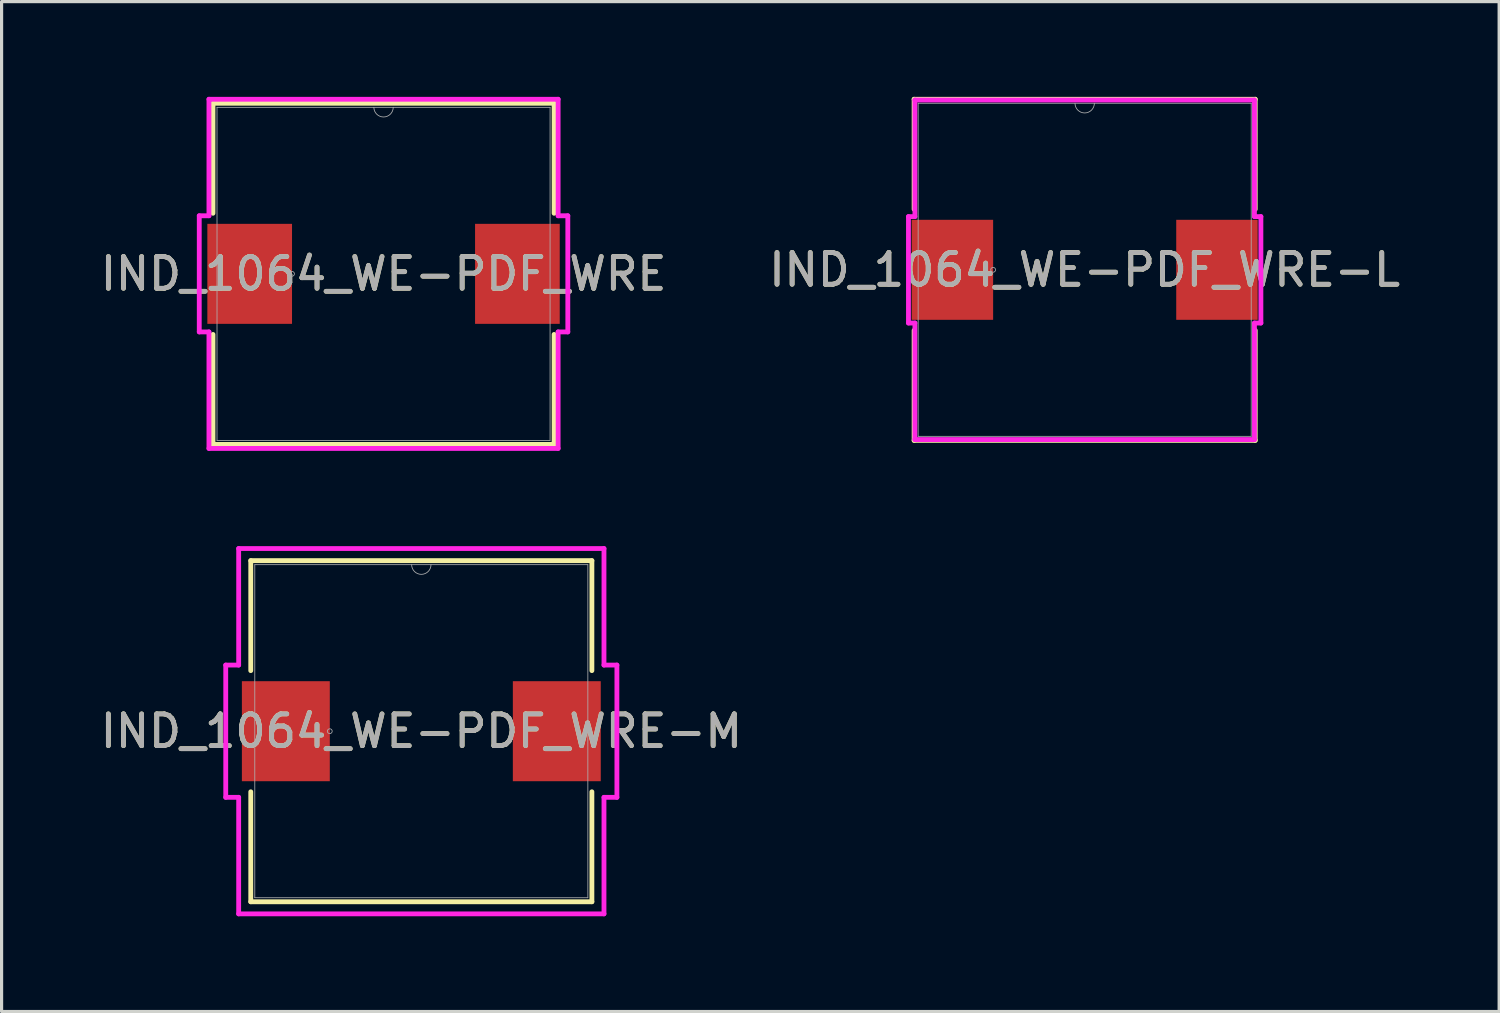
<source format=kicad_pcb>
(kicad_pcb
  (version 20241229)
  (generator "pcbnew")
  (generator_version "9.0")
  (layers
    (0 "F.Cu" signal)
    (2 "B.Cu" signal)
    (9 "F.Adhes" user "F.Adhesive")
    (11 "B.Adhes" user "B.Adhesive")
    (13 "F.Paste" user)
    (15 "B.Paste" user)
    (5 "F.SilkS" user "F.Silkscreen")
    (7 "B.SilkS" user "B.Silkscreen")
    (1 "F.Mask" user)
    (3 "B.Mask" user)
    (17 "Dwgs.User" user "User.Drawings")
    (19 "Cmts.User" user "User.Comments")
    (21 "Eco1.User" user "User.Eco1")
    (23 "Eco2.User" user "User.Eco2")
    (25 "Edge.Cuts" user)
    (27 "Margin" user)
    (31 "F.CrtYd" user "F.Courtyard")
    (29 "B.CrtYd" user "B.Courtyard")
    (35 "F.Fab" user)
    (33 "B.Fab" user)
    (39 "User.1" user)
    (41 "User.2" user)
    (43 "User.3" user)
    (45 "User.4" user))
  (footprint "IND_1064_WE-PDF_WRE"
    (layer "F.Cu")
    (at 9.03 5.575)
    (property "Reference" "IND_1064_WE-PDF_WRE" (at 0 0 0) (unlocked yes) (layer "F.SilkS") (effects (font (size 1 1) (thickness 0.15))))
    (attr smd)
    (fp_line (start -5.372 -5.372) (end -5.372 -1.908) (stroke (width 0.152) (type solid)) (layer "F.SilkS"))
    (fp_line (start -5.372 1.908) (end -5.372 5.372) (stroke (width 0.152) (type solid)) (layer "F.SilkS"))
    (fp_line (start -5.372 5.372) (end 5.372 5.372) (stroke (width 0.152) (type solid)) (layer "F.SilkS"))
    (fp_line (start 5.372 -5.372) (end -5.372 -5.372) (stroke (width 0.152) (type solid)) (layer "F.SilkS"))
    (fp_line (start 5.372 -1.908) (end 5.372 -5.372) (stroke (width 0.152) (type solid)) (layer "F.SilkS"))
    (fp_line (start 5.372 5.372) (end 5.372 1.908) (stroke (width 0.152) (type solid)) (layer "F.SilkS"))
    (fp_line (start -5.804 -1.829) (end -5.499 -1.829) (stroke (width 0.152) (type solid)) (layer "F.CrtYd"))
    (fp_line (start -5.804 1.829) (end -5.804 -1.829) (stroke (width 0.152) (type solid)) (layer "F.CrtYd"))
    (fp_line (start -5.804 1.829) (end -5.499 1.829) (stroke (width 0.152) (type solid)) (layer "F.CrtYd"))
    (fp_line (start -5.499 -5.499) (end 5.499 -5.499) (stroke (width 0.152) (type solid)) (layer "F.CrtYd"))
    (fp_line (start -5.499 -1.829) (end -5.499 -5.499) (stroke (width 0.152) (type solid)) (layer "F.CrtYd"))
    (fp_line (start -5.499 5.499) (end -5.499 1.829) (stroke (width 0.152) (type solid)) (layer "F.CrtYd"))
    (fp_line (start 5.499 -5.499) (end 5.499 -1.829) (stroke (width 0.152) (type solid)) (layer "F.CrtYd"))
    (fp_line (start 5.499 1.829) (end 5.499 5.499) (stroke (width 0.152) (type solid)) (layer "F.CrtYd"))
    (fp_line (start 5.499 5.499) (end -5.499 5.499) (stroke (width 0.152) (type solid)) (layer "F.CrtYd"))
    (fp_line (start 5.804 -1.829) (end 5.499 -1.829) (stroke (width 0.152) (type solid)) (layer "F.CrtYd"))
    (fp_line (start 5.804 -1.829) (end 5.804 1.829) (stroke (width 0.152) (type solid)) (layer "F.CrtYd"))
    (fp_line (start 5.804 1.829) (end 5.499 1.829) (stroke (width 0.152) (type solid)) (layer "F.CrtYd"))
    (fp_line (start -5.245 -5.245) (end -5.245 5.245) (stroke (width 0.025) (type solid)) (layer "F.Fab"))
    (fp_line (start -5.245 5.245) (end 5.245 5.245) (stroke (width 0.025) (type solid)) (layer "F.Fab"))
    (fp_line (start 5.245 -5.245) (end -5.245 -5.245) (stroke (width 0.025) (type solid)) (layer "F.Fab"))
    (fp_line (start 5.245 5.245) (end 5.245 -5.245) (stroke (width 0.025) (type solid)) (layer "F.Fab"))
    (fp_arc (start 0.3048 -5.2451) (mid 0 -4.9403) (end -0.3048 -5.2451) (stroke (width 0.0254) (type solid)) (layer "F.Fab"))
    (fp_circle (center -2.883 0) (end -2.807 0) (stroke (width 0.025) (type solid)) (fill no) (layer "F.Fab"))
    (fp_text user "${REFERENCE}" (at 0 0 0) (unlocked yes) (layer "F.Fab") (effects (font (size 1 1) (thickness 0.15))))
    (pad "1" smd rect (at -4.216 0) (size 2.667 3.15) (layers "F.Cu" "F.Mask" "F.Paste"))
    (pad "2" smd rect (at 4.216 0) (size 2.667 3.15) (layers "F.Cu" "F.Mask" "F.Paste")))
  (footprint "IND_1064_WE-PDF_WRE-L"
    (layer "F.Cu")
    (at 31.113 5.448)
    (property "Reference" "IND_1064_WE-PDF_WRE-L" (at 0 0 0) (unlocked yes) (layer "F.SilkS") (effects (font (size 1 1) (thickness 0.15))))
    (attr smd)
    (fp_line (start -5.372 -5.372) (end -5.372 -1.908) (stroke (width 0.152) (type solid)) (layer "F.SilkS"))
    (fp_line (start -5.372 1.908) (end -5.372 5.372) (stroke (width 0.152) (type solid)) (layer "F.SilkS"))
    (fp_line (start -5.372 5.372) (end 5.372 5.372) (stroke (width 0.152) (type solid)) (layer "F.SilkS"))
    (fp_line (start 5.372 -5.372) (end -5.372 -5.372) (stroke (width 0.152) (type solid)) (layer "F.SilkS"))
    (fp_line (start 5.372 -1.908) (end 5.372 -5.372) (stroke (width 0.152) (type solid)) (layer "F.SilkS"))
    (fp_line (start 5.372 5.372) (end 5.372 1.908) (stroke (width 0.152) (type solid)) (layer "F.SilkS"))
    (fp_line (start -5.55 -1.676) (end -5.347 -1.676) (stroke (width 0.152) (type solid)) (layer "F.CrtYd"))
    (fp_line (start -5.55 1.676) (end -5.55 -1.676) (stroke (width 0.152) (type solid)) (layer "F.CrtYd"))
    (fp_line (start -5.55 1.676) (end -5.347 1.676) (stroke (width 0.152) (type solid)) (layer "F.CrtYd"))
    (fp_line (start -5.347 -5.347) (end 5.347 -5.347) (stroke (width 0.152) (type solid)) (layer "F.CrtYd"))
    (fp_line (start -5.347 -1.676) (end -5.347 -5.347) (stroke (width 0.152) (type solid)) (layer "F.CrtYd"))
    (fp_line (start -5.347 5.347) (end -5.347 1.676) (stroke (width 0.152) (type solid)) (layer "F.CrtYd"))
    (fp_line (start 5.347 -5.347) (end 5.347 -1.676) (stroke (width 0.152) (type solid)) (layer "F.CrtYd"))
    (fp_line (start 5.347 1.676) (end 5.347 5.347) (stroke (width 0.152) (type solid)) (layer "F.CrtYd"))
    (fp_line (start 5.347 5.347) (end -5.347 5.347) (stroke (width 0.152) (type solid)) (layer "F.CrtYd"))
    (fp_line (start 5.55 -1.676) (end 5.347 -1.676) (stroke (width 0.152) (type solid)) (layer "F.CrtYd"))
    (fp_line (start 5.55 -1.676) (end 5.55 1.676) (stroke (width 0.152) (type solid)) (layer "F.CrtYd"))
    (fp_line (start 5.55 1.676) (end 5.347 1.676) (stroke (width 0.152) (type solid)) (layer "F.CrtYd"))
    (fp_line (start -5.245 -5.245) (end -5.245 5.245) (stroke (width 0.025) (type solid)) (layer "F.Fab"))
    (fp_line (start -5.245 5.245) (end 5.245 5.245) (stroke (width 0.025) (type solid)) (layer "F.Fab"))
    (fp_line (start 5.245 -5.245) (end -5.245 -5.245) (stroke (width 0.025) (type solid)) (layer "F.Fab"))
    (fp_line (start 5.245 5.245) (end 5.245 -5.245) (stroke (width 0.025) (type solid)) (layer "F.Fab"))
    (fp_arc (start 0.3048 -5.2451) (mid 0 -4.9403) (end -0.3048 -5.2451) (stroke (width 0.0254) (type solid)) (layer "F.Fab"))
    (fp_circle (center -2.883 0) (end -2.807 0) (stroke (width 0.025) (type solid)) (fill no) (layer "F.Fab"))
    (fp_text user "${REFERENCE}" (at 0 0 0) (unlocked yes) (layer "F.Fab") (effects (font (size 1 1) (thickness 0.15))))
    (pad "1" smd rect (at -4.166 0) (size 2.565 3.15) (layers "F.Cu" "F.Mask" "F.Paste"))
    (pad "2" smd rect (at 4.166 0) (size 2.565 3.15) (layers "F.Cu" "F.Mask" "F.Paste")))
  (footprint "IND_1064_WE-PDF_WRE-M"
    (layer "F.Cu")
    (at 10.22 19.98)
    (property "Reference" "IND_1064_WE-PDF_WRE-M" (at 0 0 0) (unlocked yes) (layer "F.SilkS") (effects (font (size 1 1) (thickness 0.15))))
    (attr smd)
    (fp_line (start -5.372 -5.372) (end -5.372 -1.908) (stroke (width 0.152) (type solid)) (layer "F.SilkS"))
    (fp_line (start -5.372 1.908) (end -5.372 5.372) (stroke (width 0.152) (type solid)) (layer "F.SilkS"))
    (fp_line (start -5.372 5.372) (end 5.372 5.372) (stroke (width 0.152) (type solid)) (layer "F.SilkS"))
    (fp_line (start 5.372 -5.372) (end -5.372 -5.372) (stroke (width 0.152) (type solid)) (layer "F.SilkS"))
    (fp_line (start 5.372 -1.908) (end 5.372 -5.372) (stroke (width 0.152) (type solid)) (layer "F.SilkS"))
    (fp_line (start 5.372 5.372) (end 5.372 1.908) (stroke (width 0.152) (type solid)) (layer "F.SilkS"))
    (fp_line (start -6.16 -2.083) (end -5.753 -2.083) (stroke (width 0.152) (type solid)) (layer "F.CrtYd"))
    (fp_line (start -6.16 2.083) (end -6.16 -2.083) (stroke (width 0.152) (type solid)) (layer "F.CrtYd"))
    (fp_line (start -6.16 2.083) (end -5.753 2.083) (stroke (width 0.152) (type solid)) (layer "F.CrtYd"))
    (fp_line (start -5.753 -5.753) (end 5.753 -5.753) (stroke (width 0.152) (type solid)) (layer "F.CrtYd"))
    (fp_line (start -5.753 -2.083) (end -5.753 -5.753) (stroke (width 0.152) (type solid)) (layer "F.CrtYd"))
    (fp_line (start -5.753 5.753) (end -5.753 2.083) (stroke (width 0.152) (type solid)) (layer "F.CrtYd"))
    (fp_line (start 5.753 -5.753) (end 5.753 -2.083) (stroke (width 0.152) (type solid)) (layer "F.CrtYd"))
    (fp_line (start 5.753 2.083) (end 5.753 5.753) (stroke (width 0.152) (type solid)) (layer "F.CrtYd"))
    (fp_line (start 5.753 5.753) (end -5.753 5.753) (stroke (width 0.152) (type solid)) (layer "F.CrtYd"))
    (fp_line (start 6.16 -2.083) (end 5.753 -2.083) (stroke (width 0.152) (type solid)) (layer "F.CrtYd"))
    (fp_line (start 6.16 -2.083) (end 6.16 2.083) (stroke (width 0.152) (type solid)) (layer "F.CrtYd"))
    (fp_line (start 6.16 2.083) (end 5.753 2.083) (stroke (width 0.152) (type solid)) (layer "F.CrtYd"))
    (fp_line (start -5.245 -5.245) (end -5.245 5.245) (stroke (width 0.025) (type solid)) (layer "F.Fab"))
    (fp_line (start -5.245 5.245) (end 5.245 5.245) (stroke (width 0.025) (type solid)) (layer "F.Fab"))
    (fp_line (start 5.245 -5.245) (end -5.245 -5.245) (stroke (width 0.025) (type solid)) (layer "F.Fab"))
    (fp_line (start 5.245 5.245) (end 5.245 -5.245) (stroke (width 0.025) (type solid)) (layer "F.Fab"))
    (fp_arc (start 0.3048 -5.2451) (mid 0 -4.9403) (end -0.3048 -5.2451) (stroke (width 0.0254) (type solid)) (layer "F.Fab"))
    (fp_circle (center -2.883 0) (end -2.807 0) (stroke (width 0.025) (type solid)) (fill no) (layer "F.Fab"))
    (fp_text user "${REFERENCE}" (at 0 0 0) (unlocked yes) (layer "F.Fab") (effects (font (size 1 1) (thickness 0.15))))
    (pad "1" smd rect (at -4.267 0) (size 2.769 3.15) (layers "F.Cu" "F.Mask" "F.Paste"))
    (pad "2" smd rect (at 4.267 0) (size 2.769 3.15) (layers "F.Cu" "F.Mask" "F.Paste")))
  (gr_rect
    (start -3 -3)
    (end 44.167 28.809)
    (stroke (width 0.1) (type default))
    (fill no)
    (layer "Edge.Cuts")))
</source>
